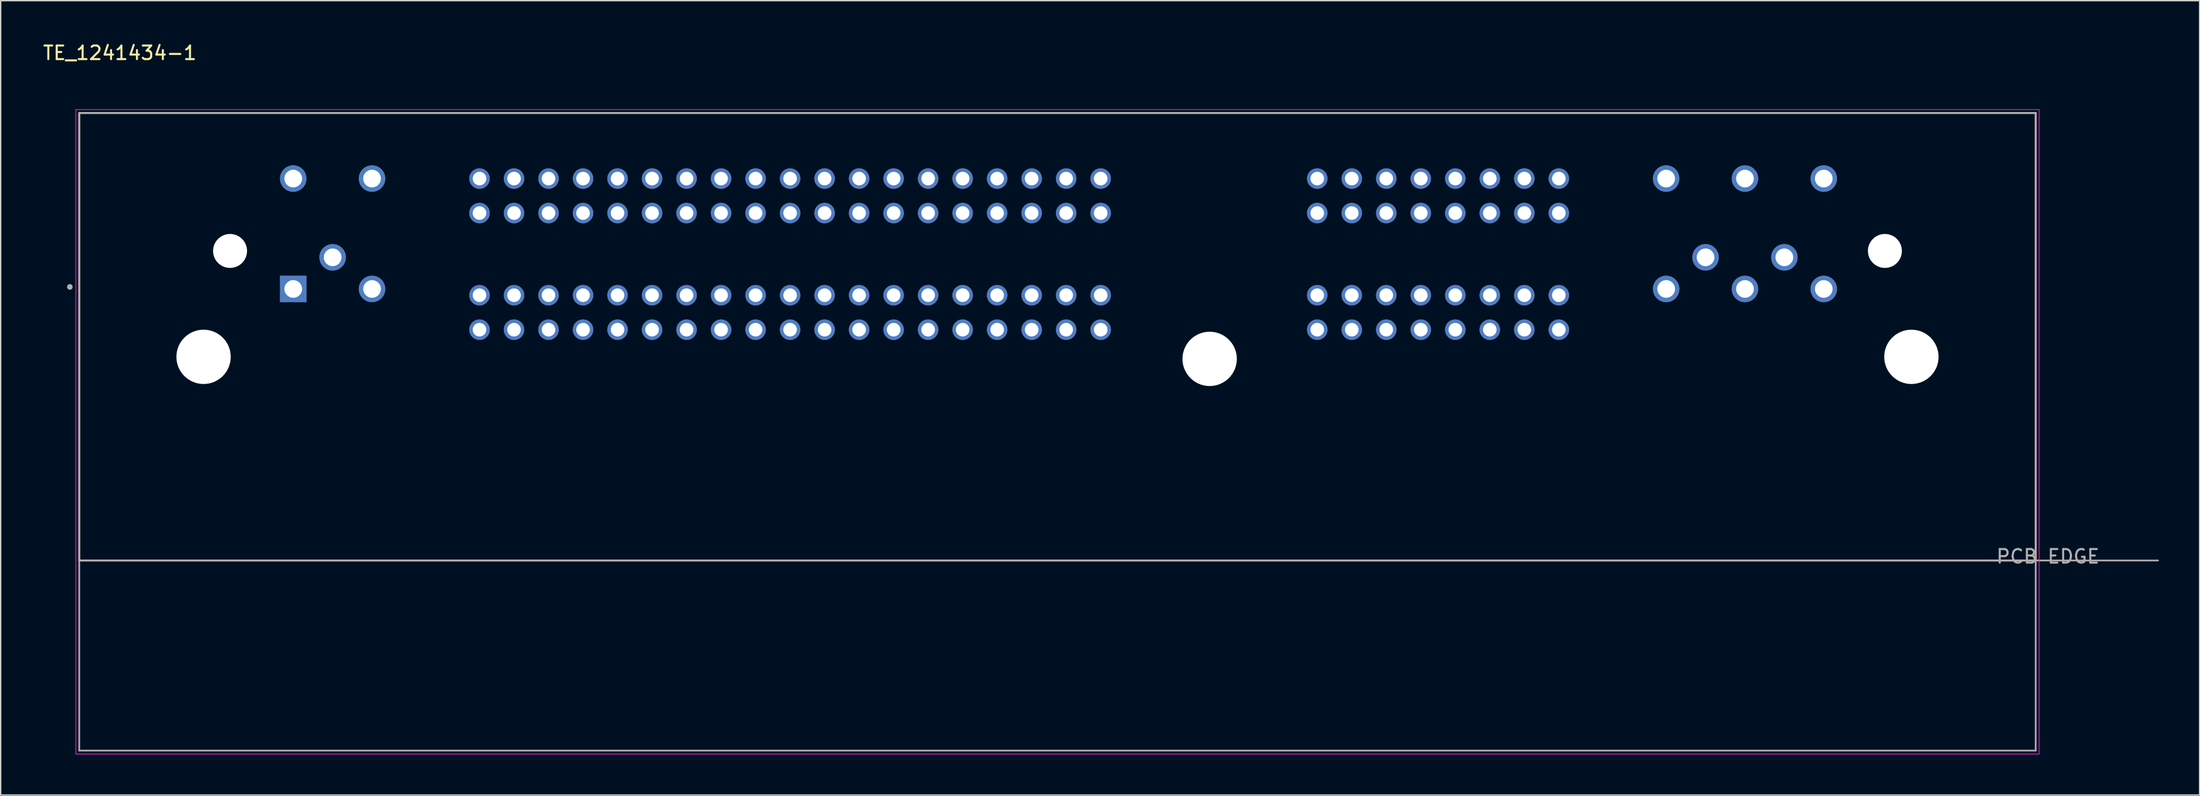
<source format=kicad_pcb>
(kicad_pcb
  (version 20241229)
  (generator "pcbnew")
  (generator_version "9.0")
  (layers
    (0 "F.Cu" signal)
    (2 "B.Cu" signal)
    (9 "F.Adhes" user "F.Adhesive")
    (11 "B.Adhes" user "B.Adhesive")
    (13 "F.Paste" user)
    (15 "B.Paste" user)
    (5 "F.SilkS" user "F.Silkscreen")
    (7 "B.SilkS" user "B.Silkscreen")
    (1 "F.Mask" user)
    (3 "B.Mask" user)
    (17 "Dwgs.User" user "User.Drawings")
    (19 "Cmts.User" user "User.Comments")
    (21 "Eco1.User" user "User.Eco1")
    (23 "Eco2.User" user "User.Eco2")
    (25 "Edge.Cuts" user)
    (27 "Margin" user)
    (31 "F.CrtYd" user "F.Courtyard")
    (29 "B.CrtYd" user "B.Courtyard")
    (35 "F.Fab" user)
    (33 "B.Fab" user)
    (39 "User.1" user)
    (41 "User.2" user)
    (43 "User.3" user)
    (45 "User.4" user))
  (footprint "TE_1241434-1"
    (layer "F.Cu")
    (at 74.783 23.233)
    (property "Reference" "TE_1241434-1" (at -69.015 -22.385 0) (layer "F.SilkS") (effects (font (size 1 1) (thickness 0.15))))
    (attr through_hole)
    (fp_line (start -72 -17.96) (end -72 15) (stroke (width 0.127) (type solid)) (layer "F.SilkS"))
    (fp_line (start -72 -17.96) (end 72 -17.96) (stroke (width 0.127) (type solid)) (layer "F.SilkS"))
    (fp_line (start -72 15) (end 72 15) (stroke (width 0.127) (type solid)) (layer "F.SilkS"))
    (fp_line (start 72 15) (end 72 -17.96) (stroke (width 0.127) (type solid)) (layer "F.SilkS"))
    (fp_circle (center -72.69 -5.15) (end -72.59 -5.15) (stroke (width 0.2) (type solid)) (fill no) (layer "F.SilkS"))
    (fp_line (start -72.25 -18.21) (end -72.25 29.25) (stroke (width 0.05) (type solid)) (layer "F.CrtYd"))
    (fp_line (start -72.25 29.25) (end 72.25 29.25) (stroke (width 0.05) (type solid)) (layer "F.CrtYd"))
    (fp_line (start 72.25 -18.21) (end -72.25 -18.21) (stroke (width 0.05) (type solid)) (layer "F.CrtYd"))
    (fp_line (start 72.25 29.25) (end 72.25 -18.21) (stroke (width 0.05) (type solid)) (layer "F.CrtYd"))
    (fp_line (start -72 -17.96) (end -72 15) (stroke (width 0.127) (type solid)) (layer "F.Fab"))
    (fp_line (start -72 -17.96) (end 72 -17.96) (stroke (width 0.127) (type solid)) (layer "F.Fab"))
    (fp_line (start -72 15) (end -72 29) (stroke (width 0.127) (type solid)) (layer "F.Fab"))
    (fp_line (start -72 15) (end 72 15) (stroke (width 0.127) (type solid)) (layer "F.Fab"))
    (fp_line (start -72 29) (end 72 29) (stroke (width 0.127) (type solid)) (layer "F.Fab"))
    (fp_line (start 72 15) (end 72 -17.96) (stroke (width 0.127) (type solid)) (layer "F.Fab"))
    (fp_line (start 72 15) (end 81 15) (stroke (width 0.127) (type solid)) (layer "F.Fab"))
    (fp_line (start 72 29) (end 72 15) (stroke (width 0.127) (type solid)) (layer "F.Fab"))
    (fp_circle (center -72.69 -5.15) (end -72.59 -5.15) (stroke (width 0.2) (type solid)) (fill no) (layer "F.Fab"))
    (fp_text user "PCB EDGE" (at 72.9 14.7 0) (layer "F.Fab") (effects (font (size 1 1) (thickness 0.15))))
    (pad "" np_thru_hole circle (at -62.85 0) (size 4 4) (drill 4) (layers "*.Cu" "*.Mask"))
    (pad "" np_thru_hole circle (at -60.9 -7.8) (size 2.5 2.5) (drill 2.5) (layers "*.Cu" "*.Mask"))
    (pad "" np_thru_hole circle (at 11.2 0.15) (size 4 4) (drill 4) (layers "*.Cu" "*.Mask"))
    (pad "" np_thru_hole circle (at 60.9 -7.8) (size 2.5 2.5) (drill 2.5) (layers "*.Cu" "*.Mask"))
    (pad "" np_thru_hole circle (at 62.85 0) (size 4 4) (drill 4) (layers "*.Cu" "*.Mask"))
    (pad "1" thru_hole rect (at -56.25 -5) (size 1.95 1.95) (drill 1.3) (layers "*.Cu" "*.Mask"))
    (pad "2" thru_hole circle (at -50.45 -5) (size 1.95 1.95) (drill 1.3) (layers "*.Cu" "*.Mask"))
    (pad "3" thru_hole circle (at -53.35 -7.33) (size 1.95 1.95) (drill 1.3) (layers "*.Cu" "*.Mask"))
    (pad "4" thru_hole circle (at -56.25 -13.13) (size 1.95 1.95) (drill 1.3) (layers "*.Cu" "*.Mask"))
    (pad "5" thru_hole circle (at -50.45 -13.13) (size 1.95 1.95) (drill 1.3) (layers "*.Cu" "*.Mask"))
    (pad "6" thru_hole circle (at 3.18 -13.13) (size 1.508 1.508) (drill 1) (layers "*.Cu" "*.Mask"))
    (pad "7" thru_hole circle (at 0.64 -13.13) (size 1.508 1.508) (drill 1) (layers "*.Cu" "*.Mask"))
    (pad "8" thru_hole circle (at -1.9 -13.13) (size 1.508 1.508) (drill 1) (layers "*.Cu" "*.Mask"))
    (pad "9" thru_hole circle (at -4.44 -13.13) (size 1.508 1.508) (drill 1) (layers "*.Cu" "*.Mask"))
    (pad "10" thru_hole circle (at -6.98 -13.13) (size 1.508 1.508) (drill 1) (layers "*.Cu" "*.Mask"))
    (pad "11" thru_hole circle (at -9.52 -13.13) (size 1.508 1.508) (drill 1) (layers "*.Cu" "*.Mask"))
    (pad "12" thru_hole circle (at -12.06 -13.13) (size 1.508 1.508) (drill 1) (layers "*.Cu" "*.Mask"))
    (pad "13" thru_hole circle (at -14.6 -13.13) (size 1.508 1.508) (drill 1) (layers "*.Cu" "*.Mask"))
    (pad "14" thru_hole circle (at -17.14 -13.13) (size 1.508 1.508) (drill 1) (layers "*.Cu" "*.Mask"))
    (pad "15" thru_hole circle (at -19.68 -13.13) (size 1.508 1.508) (drill 1) (layers "*.Cu" "*.Mask"))
    (pad "16" thru_hole circle (at -22.22 -13.13) (size 1.508 1.508) (drill 1) (layers "*.Cu" "*.Mask"))
    (pad "17" thru_hole circle (at -24.76 -13.13) (size 1.508 1.508) (drill 1) (layers "*.Cu" "*.Mask"))
    (pad "18" thru_hole circle (at -27.3 -13.13) (size 1.508 1.508) (drill 1) (layers "*.Cu" "*.Mask"))
    (pad "19" thru_hole circle (at -29.84 -13.13) (size 1.508 1.508) (drill 1) (layers "*.Cu" "*.Mask"))
    (pad "20" thru_hole circle (at -32.38 -13.13) (size 1.508 1.508) (drill 1) (layers "*.Cu" "*.Mask"))
    (pad "21" thru_hole circle (at -34.92 -13.13) (size 1.508 1.508) (drill 1) (layers "*.Cu" "*.Mask"))
    (pad "22" thru_hole circle (at -37.46 -13.13) (size 1.508 1.508) (drill 1) (layers "*.Cu" "*.Mask"))
    (pad "23" thru_hole circle (at -40 -13.13) (size 1.508 1.508) (drill 1) (layers "*.Cu" "*.Mask"))
    (pad "24" thru_hole circle (at -42.54 -13.13) (size 1.508 1.508) (drill 1) (layers "*.Cu" "*.Mask"))
    (pad "25" thru_hole circle (at 3.18 -10.59) (size 1.508 1.508) (drill 1) (layers "*.Cu" "*.Mask"))
    (pad "26" thru_hole circle (at 0.64 -10.59) (size 1.508 1.508) (drill 1) (layers "*.Cu" "*.Mask"))
    (pad "27" thru_hole circle (at -1.9 -10.59) (size 1.508 1.508) (drill 1) (layers "*.Cu" "*.Mask"))
    (pad "28" thru_hole circle (at -4.44 -10.59) (size 1.508 1.508) (drill 1) (layers "*.Cu" "*.Mask"))
    (pad "29" thru_hole circle (at -6.98 -10.59) (size 1.508 1.508) (drill 1) (layers "*.Cu" "*.Mask"))
    (pad "30" thru_hole circle (at -9.52 -10.59) (size 1.508 1.508) (drill 1) (layers "*.Cu" "*.Mask"))
    (pad "31" thru_hole circle (at -12.06 -10.59) (size 1.508 1.508) (drill 1) (layers "*.Cu" "*.Mask"))
    (pad "32" thru_hole circle (at -14.6 -10.59) (size 1.508 1.508) (drill 1) (layers "*.Cu" "*.Mask"))
    (pad "33" thru_hole circle (at -17.14 -10.59) (size 1.508 1.508) (drill 1) (layers "*.Cu" "*.Mask"))
    (pad "34" thru_hole circle (at -19.68 -10.59) (size 1.508 1.508) (drill 1) (layers "*.Cu" "*.Mask"))
    (pad "35" thru_hole circle (at -22.22 -10.59) (size 1.508 1.508) (drill 1) (layers "*.Cu" "*.Mask"))
    (pad "36" thru_hole circle (at -24.76 -10.59) (size 1.508 1.508) (drill 1) (layers "*.Cu" "*.Mask"))
    (pad "37" thru_hole circle (at -27.3 -10.59) (size 1.508 1.508) (drill 1) (layers "*.Cu" "*.Mask"))
    (pad "38" thru_hole circle (at -29.84 -10.59) (size 1.508 1.508) (drill 1) (layers "*.Cu" "*.Mask"))
    (pad "39" thru_hole circle (at -32.38 -10.59) (size 1.508 1.508) (drill 1) (layers "*.Cu" "*.Mask"))
    (pad "40" thru_hole circle (at -34.92 -10.59) (size 1.508 1.508) (drill 1) (layers "*.Cu" "*.Mask"))
    (pad "41" thru_hole circle (at -37.46 -10.59) (size 1.508 1.508) (drill 1) (layers "*.Cu" "*.Mask"))
    (pad "42" thru_hole circle (at -40 -10.59) (size 1.508 1.508) (drill 1) (layers "*.Cu" "*.Mask"))
    (pad "43" thru_hole circle (at -42.54 -10.59) (size 1.508 1.508) (drill 1) (layers "*.Cu" "*.Mask"))
    (pad "44" thru_hole circle (at 3.18 -4.54) (size 1.508 1.508) (drill 1) (layers "*.Cu" "*.Mask"))
    (pad "45" thru_hole circle (at 0.64 -4.54) (size 1.508 1.508) (drill 1) (layers "*.Cu" "*.Mask"))
    (pad "46" thru_hole circle (at -1.9 -4.54) (size 1.508 1.508) (drill 1) (layers "*.Cu" "*.Mask"))
    (pad "47" thru_hole circle (at -4.44 -4.54) (size 1.508 1.508) (drill 1) (layers "*.Cu" "*.Mask"))
    (pad "48" thru_hole circle (at -6.98 -4.54) (size 1.508 1.508) (drill 1) (layers "*.Cu" "*.Mask"))
    (pad "49" thru_hole circle (at -9.52 -4.54) (size 1.508 1.508) (drill 1) (layers "*.Cu" "*.Mask"))
    (pad "50" thru_hole circle (at -12.06 -4.54) (size 1.508 1.508) (drill 1) (layers "*.Cu" "*.Mask"))
    (pad "51" thru_hole circle (at -14.6 -4.54) (size 1.508 1.508) (drill 1) (layers "*.Cu" "*.Mask"))
    (pad "52" thru_hole circle (at -17.14 -4.54) (size 1.508 1.508) (drill 1) (layers "*.Cu" "*.Mask"))
    (pad "53" thru_hole circle (at -19.68 -4.54) (size 1.508 1.508) (drill 1) (layers "*.Cu" "*.Mask"))
    (pad "54" thru_hole circle (at -22.22 -4.54) (size 1.508 1.508) (drill 1) (layers "*.Cu" "*.Mask"))
    (pad "55" thru_hole circle (at -24.76 -4.54) (size 1.508 1.508) (drill 1) (layers "*.Cu" "*.Mask"))
    (pad "56" thru_hole circle (at -27.3 -4.54) (size 1.508 1.508) (drill 1) (layers "*.Cu" "*.Mask"))
    (pad "57" thru_hole circle (at -29.84 -4.54) (size 1.508 1.508) (drill 1) (layers "*.Cu" "*.Mask"))
    (pad "58" thru_hole circle (at -32.38 -4.54) (size 1.508 1.508) (drill 1) (layers "*.Cu" "*.Mask"))
    (pad "59" thru_hole circle (at -34.92 -4.54) (size 1.508 1.508) (drill 1) (layers "*.Cu" "*.Mask"))
    (pad "60" thru_hole circle (at -37.46 -4.54) (size 1.508 1.508) (drill 1) (layers "*.Cu" "*.Mask"))
    (pad "61" thru_hole circle (at -40 -4.54) (size 1.508 1.508) (drill 1) (layers "*.Cu" "*.Mask"))
    (pad "62" thru_hole circle (at -42.54 -4.54) (size 1.508 1.508) (drill 1) (layers "*.Cu" "*.Mask"))
    (pad "63" thru_hole circle (at 3.18 -2) (size 1.508 1.508) (drill 1) (layers "*.Cu" "*.Mask"))
    (pad "64" thru_hole circle (at 0.64 -2) (size 1.508 1.508) (drill 1) (layers "*.Cu" "*.Mask"))
    (pad "65" thru_hole circle (at -1.9 -2) (size 1.508 1.508) (drill 1) (layers "*.Cu" "*.Mask"))
    (pad "66" thru_hole circle (at -4.44 -2) (size 1.508 1.508) (drill 1) (layers "*.Cu" "*.Mask"))
    (pad "67" thru_hole circle (at -6.98 -2) (size 1.508 1.508) (drill 1) (layers "*.Cu" "*.Mask"))
    (pad "68" thru_hole circle (at -9.52 -2) (size 1.508 1.508) (drill 1) (layers "*.Cu" "*.Mask"))
    (pad "69" thru_hole circle (at -12.06 -2) (size 1.508 1.508) (drill 1) (layers "*.Cu" "*.Mask"))
    (pad "70" thru_hole circle (at -14.6 -2) (size 1.508 1.508) (drill 1) (layers "*.Cu" "*.Mask"))
    (pad "71" thru_hole circle (at -17.14 -2) (size 1.508 1.508) (drill 1) (layers "*.Cu" "*.Mask"))
    (pad "72" thru_hole circle (at -19.68 -2) (size 1.508 1.508) (drill 1) (layers "*.Cu" "*.Mask"))
    (pad "73" thru_hole circle (at -22.22 -2) (size 1.508 1.508) (drill 1) (layers "*.Cu" "*.Mask"))
    (pad "74" thru_hole circle (at -24.76 -2) (size 1.508 1.508) (drill 1) (layers "*.Cu" "*.Mask"))
    (pad "75" thru_hole circle (at -27.3 -2) (size 1.508 1.508) (drill 1) (layers "*.Cu" "*.Mask"))
    (pad "76" thru_hole circle (at -29.84 -2) (size 1.508 1.508) (drill 1) (layers "*.Cu" "*.Mask"))
    (pad "77" thru_hole circle (at -32.38 -2) (size 1.508 1.508) (drill 1) (layers "*.Cu" "*.Mask"))
    (pad "78" thru_hole circle (at -34.92 -2) (size 1.508 1.508) (drill 1) (layers "*.Cu" "*.Mask"))
    (pad "79" thru_hole circle (at -37.46 -2) (size 1.508 1.508) (drill 1) (layers "*.Cu" "*.Mask"))
    (pad "80" thru_hole circle (at -40 -2) (size 1.508 1.508) (drill 1) (layers "*.Cu" "*.Mask"))
    (pad "81" thru_hole circle (at -42.54 -2) (size 1.508 1.508) (drill 1) (layers "*.Cu" "*.Mask"))
    (pad "82" thru_hole circle (at 19.12 -2) (size 1.508 1.508) (drill 1) (layers "*.Cu" "*.Mask"))
    (pad "83" thru_hole circle (at 21.66 -2) (size 1.508 1.508) (drill 1) (layers "*.Cu" "*.Mask"))
    (pad "84" thru_hole circle (at 24.2 -2) (size 1.508 1.508) (drill 1) (layers "*.Cu" "*.Mask"))
    (pad "85" thru_hole circle (at 26.74 -2) (size 1.508 1.508) (drill 1) (layers "*.Cu" "*.Mask"))
    (pad "86" thru_hole circle (at 29.28 -2) (size 1.508 1.508) (drill 1) (layers "*.Cu" "*.Mask"))
    (pad "87" thru_hole circle (at 31.82 -2) (size 1.508 1.508) (drill 1) (layers "*.Cu" "*.Mask"))
    (pad "88" thru_hole circle (at 34.36 -2) (size 1.508 1.508) (drill 1) (layers "*.Cu" "*.Mask"))
    (pad "89" thru_hole circle (at 36.9 -2) (size 1.508 1.508) (drill 1) (layers "*.Cu" "*.Mask"))
    (pad "90" thru_hole circle (at 19.12 -4.54) (size 1.508 1.508) (drill 1) (layers "*.Cu" "*.Mask"))
    (pad "91" thru_hole circle (at 21.66 -4.54) (size 1.508 1.508) (drill 1) (layers "*.Cu" "*.Mask"))
    (pad "92" thru_hole circle (at 24.2 -4.54) (size 1.508 1.508) (drill 1) (layers "*.Cu" "*.Mask"))
    (pad "93" thru_hole circle (at 26.74 -4.54) (size 1.508 1.508) (drill 1) (layers "*.Cu" "*.Mask"))
    (pad "94" thru_hole circle (at 29.28 -4.54) (size 1.508 1.508) (drill 1) (layers "*.Cu" "*.Mask"))
    (pad "95" thru_hole circle (at 31.82 -4.54) (size 1.508 1.508) (drill 1) (layers "*.Cu" "*.Mask"))
    (pad "96" thru_hole circle (at 34.36 -4.54) (size 1.508 1.508) (drill 1) (layers "*.Cu" "*.Mask"))
    (pad "97" thru_hole circle (at 36.9 -4.54) (size 1.508 1.508) (drill 1) (layers "*.Cu" "*.Mask"))
    (pad "98" thru_hole circle (at 19.12 -10.59) (size 1.508 1.508) (drill 1) (layers "*.Cu" "*.Mask"))
    (pad "99" thru_hole circle (at 21.66 -10.59) (size 1.508 1.508) (drill 1) (layers "*.Cu" "*.Mask"))
    (pad "100" thru_hole circle (at 24.2 -10.59) (size 1.508 1.508) (drill 1) (layers "*.Cu" "*.Mask"))
    (pad "101" thru_hole circle (at 26.74 -10.59) (size 1.508 1.508) (drill 1) (layers "*.Cu" "*.Mask"))
    (pad "102" thru_hole circle (at 29.28 -10.59) (size 1.508 1.508) (drill 1) (layers "*.Cu" "*.Mask"))
    (pad "103" thru_hole circle (at 31.82 -10.59) (size 1.508 1.508) (drill 1) (layers "*.Cu" "*.Mask"))
    (pad "104" thru_hole circle (at 34.36 -10.59) (size 1.508 1.508) (drill 1) (layers "*.Cu" "*.Mask"))
    (pad "105" thru_hole circle (at 36.9 -10.59) (size 1.508 1.508) (drill 1) (layers "*.Cu" "*.Mask"))
    (pad "106" thru_hole circle (at 19.12 -13.13) (size 1.508 1.508) (drill 1) (layers "*.Cu" "*.Mask"))
    (pad "107" thru_hole circle (at 21.66 -13.13) (size 1.508 1.508) (drill 1) (layers "*.Cu" "*.Mask"))
    (pad "108" thru_hole circle (at 24.2 -13.13) (size 1.508 1.508) (drill 1) (layers "*.Cu" "*.Mask"))
    (pad "109" thru_hole circle (at 26.74 -13.13) (size 1.508 1.508) (drill 1) (layers "*.Cu" "*.Mask"))
    (pad "110" thru_hole circle (at 29.28 -13.13) (size 1.508 1.508) (drill 1) (layers "*.Cu" "*.Mask"))
    (pad "111" thru_hole circle (at 31.82 -13.13) (size 1.508 1.508) (drill 1) (layers "*.Cu" "*.Mask"))
    (pad "112" thru_hole circle (at 34.36 -13.13) (size 1.508 1.508) (drill 1) (layers "*.Cu" "*.Mask"))
    (pad "113" thru_hole circle (at 36.9 -13.13) (size 1.508 1.508) (drill 1) (layers "*.Cu" "*.Mask"))
    (pad "114" thru_hole circle (at 44.8 -5) (size 1.95 1.95) (drill 1.3) (layers "*.Cu" "*.Mask"))
    (pad "115" thru_hole circle (at 50.6 -5) (size 1.95 1.95) (drill 1.3) (layers "*.Cu" "*.Mask"))
    (pad "116" thru_hole circle (at 56.4 -5) (size 1.95 1.95) (drill 1.3) (layers "*.Cu" "*.Mask"))
    (pad "117" thru_hole circle (at 47.7 -7.33) (size 1.95 1.95) (drill 1.3) (layers "*.Cu" "*.Mask"))
    (pad "118" thru_hole circle (at 53.5 -7.33) (size 1.95 1.95) (drill 1.3) (layers "*.Cu" "*.Mask"))
    (pad "119" thru_hole circle (at 44.8 -13.13) (size 1.95 1.95) (drill 1.3) (layers "*.Cu" "*.Mask"))
    (pad "120" thru_hole circle (at 50.6 -13.13) (size 1.95 1.95) (drill 1.3) (layers "*.Cu" "*.Mask"))
    (pad "121" thru_hole circle (at 56.4 -13.13) (size 1.95 1.95) (drill 1.3) (layers "*.Cu" "*.Mask")))
  (gr_rect
    (start -3 -3)
    (end 158.846 55.508)
    (stroke (width 0.1) (type default))
    (fill no)
    (layer "Edge.Cuts")))
</source>
